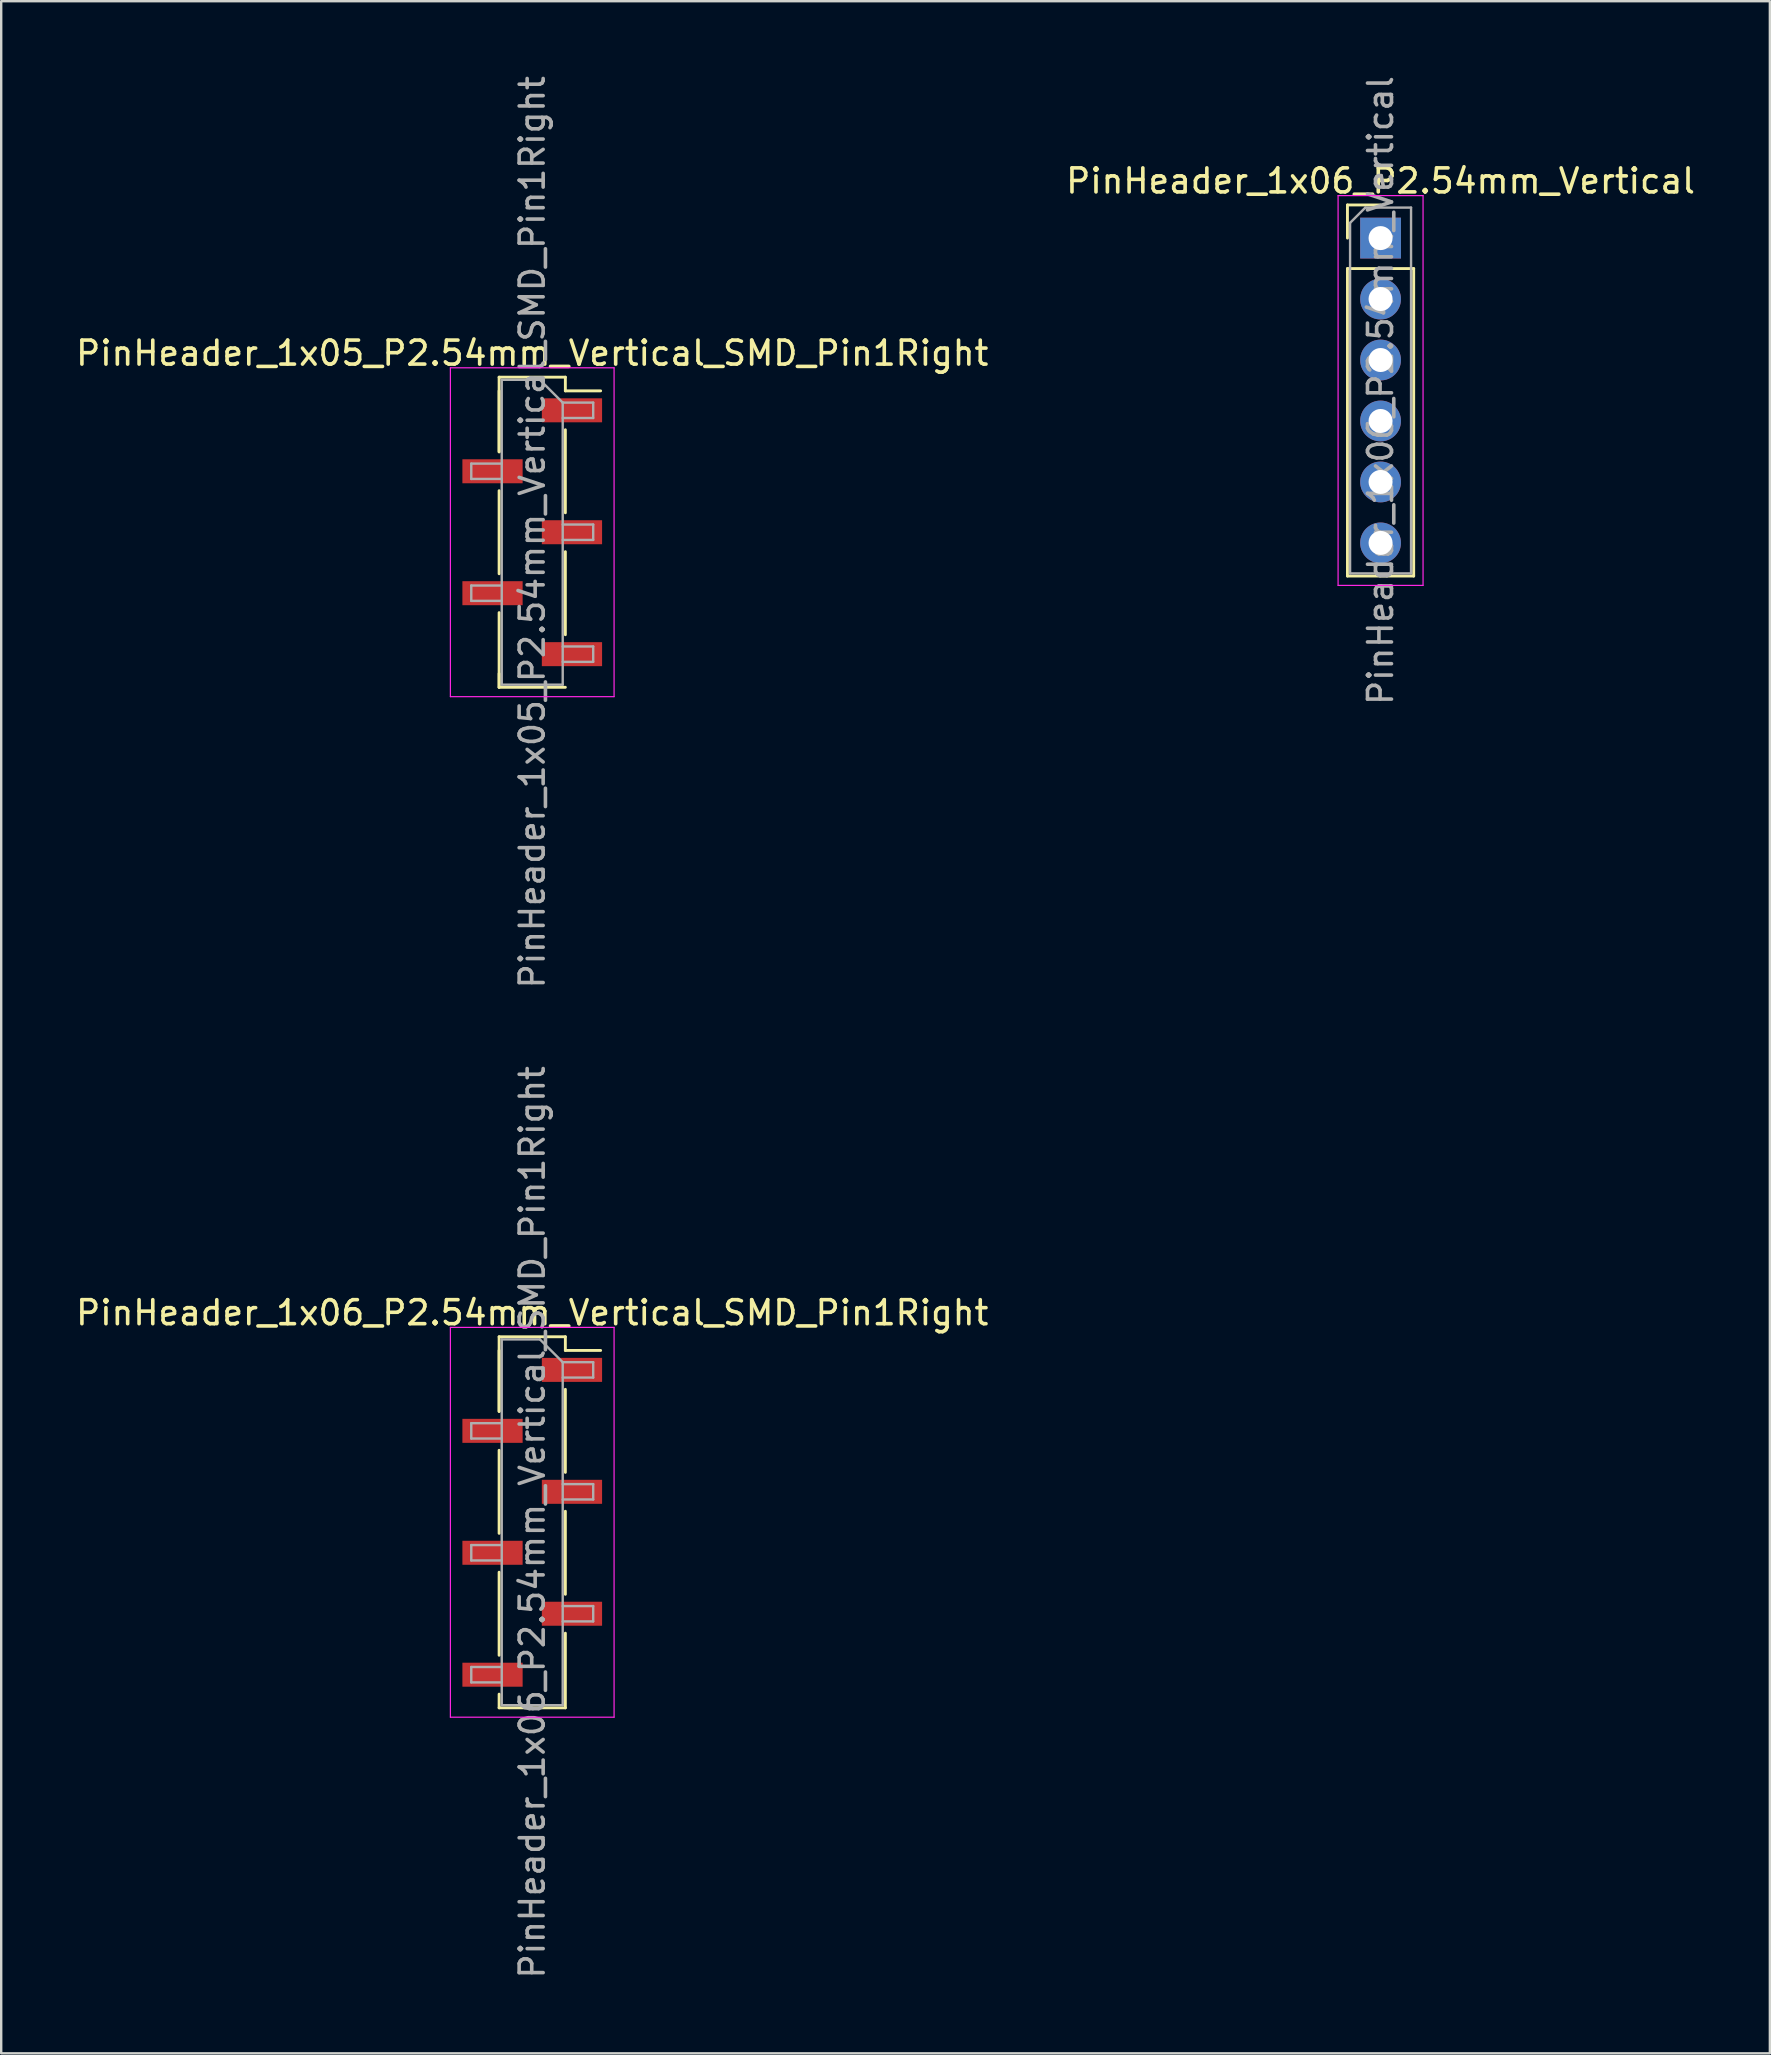
<source format=kicad_pcb>
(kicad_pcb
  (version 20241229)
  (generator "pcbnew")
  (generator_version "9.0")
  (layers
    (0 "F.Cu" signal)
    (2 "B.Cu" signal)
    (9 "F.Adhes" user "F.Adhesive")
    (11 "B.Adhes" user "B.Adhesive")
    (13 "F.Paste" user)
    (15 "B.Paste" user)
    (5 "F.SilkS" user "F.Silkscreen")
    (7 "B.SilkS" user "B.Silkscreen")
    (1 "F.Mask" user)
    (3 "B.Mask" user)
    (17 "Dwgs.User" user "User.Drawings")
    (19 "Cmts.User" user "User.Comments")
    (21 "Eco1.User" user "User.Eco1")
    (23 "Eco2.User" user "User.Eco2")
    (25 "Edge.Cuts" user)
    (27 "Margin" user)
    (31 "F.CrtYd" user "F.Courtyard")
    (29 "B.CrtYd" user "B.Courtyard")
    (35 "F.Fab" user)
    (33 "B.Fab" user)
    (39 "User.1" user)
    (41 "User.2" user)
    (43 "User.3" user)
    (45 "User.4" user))
  (footprint "PinHeader_1x06_P2.54mm_Vertical"
    (layer "F.Cu")
    (at 54.47 6.87)
    (property "Reference" "PinHeader_1x06_P2.54mm_Vertical" (at 0 -2.38 0) (layer "F.SilkS") (effects (font (size 1 1) (thickness 0.15))))
    (attr through_hole)
    (fp_line (start -1.38 -1.38) (end 0 -1.38) (stroke (width 0.12) (type solid)) (layer "F.SilkS"))
    (fp_line (start -1.38 0) (end -1.38 -1.38) (stroke (width 0.12) (type solid)) (layer "F.SilkS"))
    (fp_line (start -1.38 1.27) (end -1.38 14.08) (stroke (width 0.12) (type solid)) (layer "F.SilkS"))
    (fp_line (start -1.38 1.27) (end 1.38 1.27) (stroke (width 0.12) (type solid)) (layer "F.SilkS"))
    (fp_line (start -1.38 14.08) (end 1.38 14.08) (stroke (width 0.12) (type solid)) (layer "F.SilkS"))
    (fp_line (start 1.38 1.27) (end 1.38 14.08) (stroke (width 0.12) (type solid)) (layer "F.SilkS"))
    (fp_line (start -1.77 -1.77) (end -1.77 14.47) (stroke (width 0.05) (type solid)) (layer "F.CrtYd"))
    (fp_line (start -1.77 14.47) (end 1.77 14.47) (stroke (width 0.05) (type solid)) (layer "F.CrtYd"))
    (fp_line (start 1.77 -1.77) (end -1.77 -1.77) (stroke (width 0.05) (type solid)) (layer "F.CrtYd"))
    (fp_line (start 1.77 14.47) (end 1.77 -1.77) (stroke (width 0.05) (type solid)) (layer "F.CrtYd"))
    (fp_line (start -1.27 -0.635) (end -0.635 -1.27) (stroke (width 0.1) (type solid)) (layer "F.Fab"))
    (fp_line (start -1.27 13.97) (end -1.27 -0.635) (stroke (width 0.1) (type solid)) (layer "F.Fab"))
    (fp_line (start -0.635 -1.27) (end 1.27 -1.27) (stroke (width 0.1) (type solid)) (layer "F.Fab"))
    (fp_line (start 1.27 -1.27) (end 1.27 13.97) (stroke (width 0.1) (type solid)) (layer "F.Fab"))
    (fp_line (start 1.27 13.97) (end -1.27 13.97) (stroke (width 0.1) (type solid)) (layer "F.Fab"))
    (fp_text user "${REFERENCE}" (at 0 6.35 90) (layer "F.Fab") (effects (font (size 1 1) (thickness 0.15))))
    (pad "1" thru_hole rect (at 0 0) (size 1.7 1.7) (drill 1) (layers "*.Cu" "*.Mask"))
    (pad "2" thru_hole circle (at 0 2.54) (size 1.7 1.7) (drill 1) (layers "*.Cu" "*.Mask"))
    (pad "3" thru_hole circle (at 0 5.08) (size 1.7 1.7) (drill 1) (layers "*.Cu" "*.Mask"))
    (pad "4" thru_hole circle (at 0 7.62) (size 1.7 1.7) (drill 1) (layers "*.Cu" "*.Mask"))
    (pad "5" thru_hole circle (at 0 10.16) (size 1.7 1.7) (drill 1) (layers "*.Cu" "*.Mask"))
    (pad "6" thru_hole circle (at 0 12.7) (size 1.7 1.7) (drill 1) (layers "*.Cu" "*.Mask")))
  (footprint "PinHeader_1x05_P2.54mm_Vertical_SMD_Pin1Right"
    (layer "F.Cu")
    (at 19.125 19.125)
    (property "Reference" "PinHeader_1x05_P2.54mm_Vertical_SMD_Pin1Right" (at 0 -7.46 0) (layer "F.SilkS") (effects (font (size 1 1) (thickness 0.15))))
    (attr smd)
    (fp_line (start -1.38 -6.46) (end -1.38 -3.35) (stroke (width 0.12) (type solid)) (layer "F.SilkS"))
    (fp_line (start -1.38 -6.46) (end 1.38 -6.46) (stroke (width 0.12) (type solid)) (layer "F.SilkS"))
    (fp_line (start -1.38 -5.89) (end -1.38 -3.35) (stroke (width 0.12) (type solid)) (layer "F.SilkS"))
    (fp_line (start -1.38 -1.73) (end -1.38 1.73) (stroke (width 0.12) (type solid)) (layer "F.SilkS"))
    (fp_line (start -1.38 3.35) (end -1.38 6.46) (stroke (width 0.12) (type solid)) (layer "F.SilkS"))
    (fp_line (start -1.38 5.89) (end -1.38 6.46) (stroke (width 0.12) (type solid)) (layer "F.SilkS"))
    (fp_line (start -1.38 6.46) (end 1.38 6.46) (stroke (width 0.12) (type solid)) (layer "F.SilkS"))
    (fp_line (start 1.38 -6.46) (end 1.38 -5.89) (stroke (width 0.12) (type solid)) (layer "F.SilkS"))
    (fp_line (start 1.38 -5.89) (end 2.85 -5.89) (stroke (width 0.12) (type solid)) (layer "F.SilkS"))
    (fp_line (start 1.38 -4.27) (end 1.38 -0.81) (stroke (width 0.12) (type solid)) (layer "F.SilkS"))
    (fp_line (start 1.38 0.81) (end 1.38 4.27) (stroke (width 0.12) (type solid)) (layer "F.SilkS"))
    (fp_line (start -3.41 -6.85) (end -3.41 6.85) (stroke (width 0.05) (type solid)) (layer "F.CrtYd"))
    (fp_line (start -3.41 6.85) (end 3.41 6.85) (stroke (width 0.05) (type solid)) (layer "F.CrtYd"))
    (fp_line (start 3.41 -6.85) (end -3.41 -6.85) (stroke (width 0.05) (type solid)) (layer "F.CrtYd"))
    (fp_line (start 3.41 6.85) (end 3.41 -6.85) (stroke (width 0.05) (type solid)) (layer "F.CrtYd"))
    (fp_line (start -2.54 -2.86) (end -2.54 -2.22) (stroke (width 0.1) (type solid)) (layer "F.Fab"))
    (fp_line (start -2.54 -2.22) (end -1.27 -2.22) (stroke (width 0.1) (type solid)) (layer "F.Fab"))
    (fp_line (start -2.54 2.22) (end -2.54 2.86) (stroke (width 0.1) (type solid)) (layer "F.Fab"))
    (fp_line (start -2.54 2.86) (end -1.27 2.86) (stroke (width 0.1) (type solid)) (layer "F.Fab"))
    (fp_line (start -1.27 -6.35) (end -1.27 6.35) (stroke (width 0.1) (type solid)) (layer "F.Fab"))
    (fp_line (start -1.27 -6.35) (end 0.32 -6.35) (stroke (width 0.1) (type solid)) (layer "F.Fab"))
    (fp_line (start -1.27 -2.86) (end -2.54 -2.86) (stroke (width 0.1) (type solid)) (layer "F.Fab"))
    (fp_line (start -1.27 2.22) (end -2.54 2.22) (stroke (width 0.1) (type solid)) (layer "F.Fab"))
    (fp_line (start 1.27 -5.4) (end 0.32 -6.35) (stroke (width 0.1) (type solid)) (layer "F.Fab"))
    (fp_line (start 1.27 -5.4) (end 2.54 -5.4) (stroke (width 0.1) (type solid)) (layer "F.Fab"))
    (fp_line (start 1.27 -0.32) (end 2.54 -0.32) (stroke (width 0.1) (type solid)) (layer "F.Fab"))
    (fp_line (start 1.27 4.76) (end 2.54 4.76) (stroke (width 0.1) (type solid)) (layer "F.Fab"))
    (fp_line (start 1.27 6.35) (end -1.27 6.35) (stroke (width 0.1) (type solid)) (layer "F.Fab"))
    (fp_line (start 1.27 6.35) (end 1.27 -5.4) (stroke (width 0.1) (type solid)) (layer "F.Fab"))
    (fp_line (start 2.54 -5.4) (end 2.54 -4.76) (stroke (width 0.1) (type solid)) (layer "F.Fab"))
    (fp_line (start 2.54 -4.76) (end 1.27 -4.76) (stroke (width 0.1) (type solid)) (layer "F.Fab"))
    (fp_line (start 2.54 -0.32) (end 2.54 0.32) (stroke (width 0.1) (type solid)) (layer "F.Fab"))
    (fp_line (start 2.54 0.32) (end 1.27 0.32) (stroke (width 0.1) (type solid)) (layer "F.Fab"))
    (fp_line (start 2.54 4.76) (end 2.54 5.4) (stroke (width 0.1) (type solid)) (layer "F.Fab"))
    (fp_line (start 2.54 5.4) (end 1.27 5.4) (stroke (width 0.1) (type solid)) (layer "F.Fab"))
    (fp_text user "${REFERENCE}" (at 0 0 90) (layer "F.Fab") (effects (font (size 1 1) (thickness 0.15))))
    (pad "1" smd rect (at 1.655 -5.08) (size 2.51 1) (layers "F.Cu" "F.Mask" "F.Paste"))
    (pad "2" smd rect (at -1.655 -2.54) (size 2.51 1) (layers "F.Cu" "F.Mask" "F.Paste"))
    (pad "3" smd rect (at 1.655 0) (size 2.51 1) (layers "F.Cu" "F.Mask" "F.Paste"))
    (pad "4" smd rect (at -1.655 2.54) (size 2.51 1) (layers "F.Cu" "F.Mask" "F.Paste"))
    (pad "5" smd rect (at 1.655 5.08) (size 2.51 1) (layers "F.Cu" "F.Mask" "F.Paste")))
  (footprint "PinHeader_1x06_P2.54mm_Vertical_SMD_Pin1Right"
    (layer "F.Cu")
    (at 19.125 60.375)
    (property "Reference" "PinHeader_1x06_P2.54mm_Vertical_SMD_Pin1Right" (at 0 -8.73 0) (layer "F.SilkS") (effects (font (size 1 1) (thickness 0.15))))
    (attr smd)
    (fp_line (start -1.38 -7.73) (end -1.38 -4.62) (stroke (width 0.12) (type solid)) (layer "F.SilkS"))
    (fp_line (start -1.38 -7.73) (end 1.38 -7.73) (stroke (width 0.12) (type solid)) (layer "F.SilkS"))
    (fp_line (start -1.38 -7.16) (end -1.38 -4.62) (stroke (width 0.12) (type solid)) (layer "F.SilkS"))
    (fp_line (start -1.38 -3) (end -1.38 0.46) (stroke (width 0.12) (type solid)) (layer "F.SilkS"))
    (fp_line (start -1.38 2.08) (end -1.38 5.54) (stroke (width 0.12) (type solid)) (layer "F.SilkS"))
    (fp_line (start -1.38 7.16) (end -1.38 7.73) (stroke (width 0.12) (type solid)) (layer "F.SilkS"))
    (fp_line (start -1.38 7.73) (end 1.38 7.73) (stroke (width 0.12) (type solid)) (layer "F.SilkS"))
    (fp_line (start 1.38 -7.73) (end 1.38 -7.16) (stroke (width 0.12) (type solid)) (layer "F.SilkS"))
    (fp_line (start 1.38 -7.16) (end 2.85 -7.16) (stroke (width 0.12) (type solid)) (layer "F.SilkS"))
    (fp_line (start 1.38 -5.54) (end 1.38 -2.08) (stroke (width 0.12) (type solid)) (layer "F.SilkS"))
    (fp_line (start 1.38 -0.46) (end 1.38 3) (stroke (width 0.12) (type solid)) (layer "F.SilkS"))
    (fp_line (start 1.38 4.62) (end 1.38 7.73) (stroke (width 0.12) (type solid)) (layer "F.SilkS"))
    (fp_line (start -3.41 -8.12) (end -3.41 8.12) (stroke (width 0.05) (type solid)) (layer "F.CrtYd"))
    (fp_line (start -3.41 8.12) (end 3.41 8.12) (stroke (width 0.05) (type solid)) (layer "F.CrtYd"))
    (fp_line (start 3.41 -8.12) (end -3.41 -8.12) (stroke (width 0.05) (type solid)) (layer "F.CrtYd"))
    (fp_line (start 3.41 8.12) (end 3.41 -8.12) (stroke (width 0.05) (type solid)) (layer "F.CrtYd"))
    (fp_line (start -2.54 -4.13) (end -2.54 -3.49) (stroke (width 0.1) (type solid)) (layer "F.Fab"))
    (fp_line (start -2.54 -3.49) (end -1.27 -3.49) (stroke (width 0.1) (type solid)) (layer "F.Fab"))
    (fp_line (start -2.54 0.95) (end -2.54 1.59) (stroke (width 0.1) (type solid)) (layer "F.Fab"))
    (fp_line (start -2.54 1.59) (end -1.27 1.59) (stroke (width 0.1) (type solid)) (layer "F.Fab"))
    (fp_line (start -2.54 6.03) (end -2.54 6.67) (stroke (width 0.1) (type solid)) (layer "F.Fab"))
    (fp_line (start -2.54 6.67) (end -1.27 6.67) (stroke (width 0.1) (type solid)) (layer "F.Fab"))
    (fp_line (start -1.27 -7.62) (end -1.27 7.62) (stroke (width 0.1) (type solid)) (layer "F.Fab"))
    (fp_line (start -1.27 -7.62) (end 0.32 -7.62) (stroke (width 0.1) (type solid)) (layer "F.Fab"))
    (fp_line (start -1.27 -4.13) (end -2.54 -4.13) (stroke (width 0.1) (type solid)) (layer "F.Fab"))
    (fp_line (start -1.27 0.95) (end -2.54 0.95) (stroke (width 0.1) (type solid)) (layer "F.Fab"))
    (fp_line (start -1.27 6.03) (end -2.54 6.03) (stroke (width 0.1) (type solid)) (layer "F.Fab"))
    (fp_line (start 1.27 -6.67) (end 0.32 -7.62) (stroke (width 0.1) (type solid)) (layer "F.Fab"))
    (fp_line (start 1.27 -6.67) (end 2.54 -6.67) (stroke (width 0.1) (type solid)) (layer "F.Fab"))
    (fp_line (start 1.27 -1.59) (end 2.54 -1.59) (stroke (width 0.1) (type solid)) (layer "F.Fab"))
    (fp_line (start 1.27 3.49) (end 2.54 3.49) (stroke (width 0.1) (type solid)) (layer "F.Fab"))
    (fp_line (start 1.27 7.62) (end -1.27 7.62) (stroke (width 0.1) (type solid)) (layer "F.Fab"))
    (fp_line (start 1.27 7.62) (end 1.27 -6.67) (stroke (width 0.1) (type solid)) (layer "F.Fab"))
    (fp_line (start 2.54 -6.67) (end 2.54 -6.03) (stroke (width 0.1) (type solid)) (layer "F.Fab"))
    (fp_line (start 2.54 -6.03) (end 1.27 -6.03) (stroke (width 0.1) (type solid)) (layer "F.Fab"))
    (fp_line (start 2.54 -1.59) (end 2.54 -0.95) (stroke (width 0.1) (type solid)) (layer "F.Fab"))
    (fp_line (start 2.54 -0.95) (end 1.27 -0.95) (stroke (width 0.1) (type solid)) (layer "F.Fab"))
    (fp_line (start 2.54 3.49) (end 2.54 4.13) (stroke (width 0.1) (type solid)) (layer "F.Fab"))
    (fp_line (start 2.54 4.13) (end 1.27 4.13) (stroke (width 0.1) (type solid)) (layer "F.Fab"))
    (fp_text user "${REFERENCE}" (at 0 0 90) (layer "F.Fab") (effects (font (size 1 1) (thickness 0.15))))
    (pad "1" smd rect (at 1.655 -6.35) (size 2.51 1) (layers "F.Cu" "F.Mask" "F.Paste"))
    (pad "2" smd rect (at -1.655 -3.81) (size 2.51 1) (layers "F.Cu" "F.Mask" "F.Paste"))
    (pad "3" smd rect (at 1.655 -1.27) (size 2.51 1) (layers "F.Cu" "F.Mask" "F.Paste"))
    (pad "4" smd rect (at -1.655 1.27) (size 2.51 1) (layers "F.Cu" "F.Mask" "F.Paste"))
    (pad "5" smd rect (at 1.655 3.81) (size 2.51 1) (layers "F.Cu" "F.Mask" "F.Paste"))
    (pad "6" smd rect (at -1.655 6.35) (size 2.51 1) (layers "F.Cu" "F.Mask" "F.Paste")))
  (gr_rect
    (start -3 -3)
    (end 70.69 82.5)
    (stroke (width 0.1) (type default))
    (fill no)
    (layer "Edge.Cuts")))
</source>
